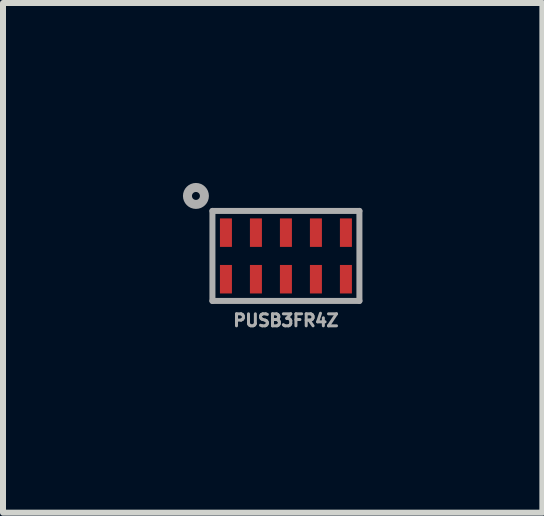
<source format=kicad_pcb>
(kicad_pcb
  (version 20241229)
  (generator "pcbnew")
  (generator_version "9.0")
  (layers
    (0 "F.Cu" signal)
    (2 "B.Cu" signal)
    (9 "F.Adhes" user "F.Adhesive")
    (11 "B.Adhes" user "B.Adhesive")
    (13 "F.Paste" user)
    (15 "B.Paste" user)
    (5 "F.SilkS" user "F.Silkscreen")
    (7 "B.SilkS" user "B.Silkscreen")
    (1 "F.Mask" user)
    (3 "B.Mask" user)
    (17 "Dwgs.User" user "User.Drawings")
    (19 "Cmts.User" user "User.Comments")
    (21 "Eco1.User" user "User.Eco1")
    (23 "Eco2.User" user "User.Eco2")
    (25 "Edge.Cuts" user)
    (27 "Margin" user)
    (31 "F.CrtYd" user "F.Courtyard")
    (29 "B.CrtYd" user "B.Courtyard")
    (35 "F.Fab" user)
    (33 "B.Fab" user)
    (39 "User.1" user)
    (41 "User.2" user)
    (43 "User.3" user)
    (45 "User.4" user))
  (footprint "PUSB3FR4Z"
    (layer "F.Cu")
    (at 1.716 1.216)
    (property "Reference" "PUSB3FR4Z" (at 0 1.075 0) (layer "F.Fab") (effects (font (size 0.2 0.2) (thickness 0.05))))
    (attr smd)
    (fp_line (start -1.225 -0.75) (end 1.225 -0.75) (stroke (width 0.1) (type solid)) (layer "F.Fab"))
    (fp_line (start -1.225 0.75) (end -1.225 -0.75) (stroke (width 0.1) (type solid)) (layer "F.Fab"))
    (fp_line (start 1.225 0.75) (end -1.225 0.75) (stroke (width 0.1) (type solid)) (layer "F.Fab"))
    (fp_line (start 1.225 0.75) (end 1.225 -0.75) (stroke (width 0.1) (type solid)) (layer "F.Fab"))
    (fp_circle (center -1.5 -1) (end -1.4 -0.9) (stroke (width 0.15) (type solid)) (fill no) (layer "F.Fab"))
    (pad "1" smd rect (at -1 -0.388) (size 0.2 0.475) (layers "F.Cu" "F.Mask" "F.Paste"))
    (pad "2" smd rect (at -0.5 -0.388) (size 0.2 0.475) (layers "F.Cu" "F.Mask" "F.Paste"))
    (pad "3" smd rect (at 0 -0.388) (size 0.2 0.475) (layers "F.Cu" "F.Mask" "F.Paste"))
    (pad "4" smd rect (at 0.5 -0.388) (size 0.2 0.475) (layers "F.Cu" "F.Mask" "F.Paste"))
    (pad "5" smd rect (at 1 -0.388) (size 0.2 0.475) (layers "F.Cu" "F.Mask" "F.Paste"))
    (pad "6" smd rect (at 1 0.388) (size 0.2 0.475) (layers "F.Cu" "F.Mask" "F.Paste"))
    (pad "7" smd rect (at 0.5 0.388) (size 0.2 0.475) (layers "F.Cu" "F.Mask" "F.Paste"))
    (pad "8" smd rect (at 0 0.388) (size 0.2 0.475) (layers "F.Cu" "F.Mask" "F.Paste"))
    (pad "9" smd rect (at -0.5 0.388) (size 0.2 0.475) (layers "F.Cu" "F.Mask" "F.Paste"))
    (pad "10" smd rect (at -1 0.388) (size 0.2 0.475) (layers "F.Cu" "F.Mask" "F.Paste")))
  (gr_rect
    (start -3 -3)
    (end 5.991 5.496)
    (stroke (width 0.1) (type default))
    (fill no)
    (layer "Edge.Cuts")))
</source>
